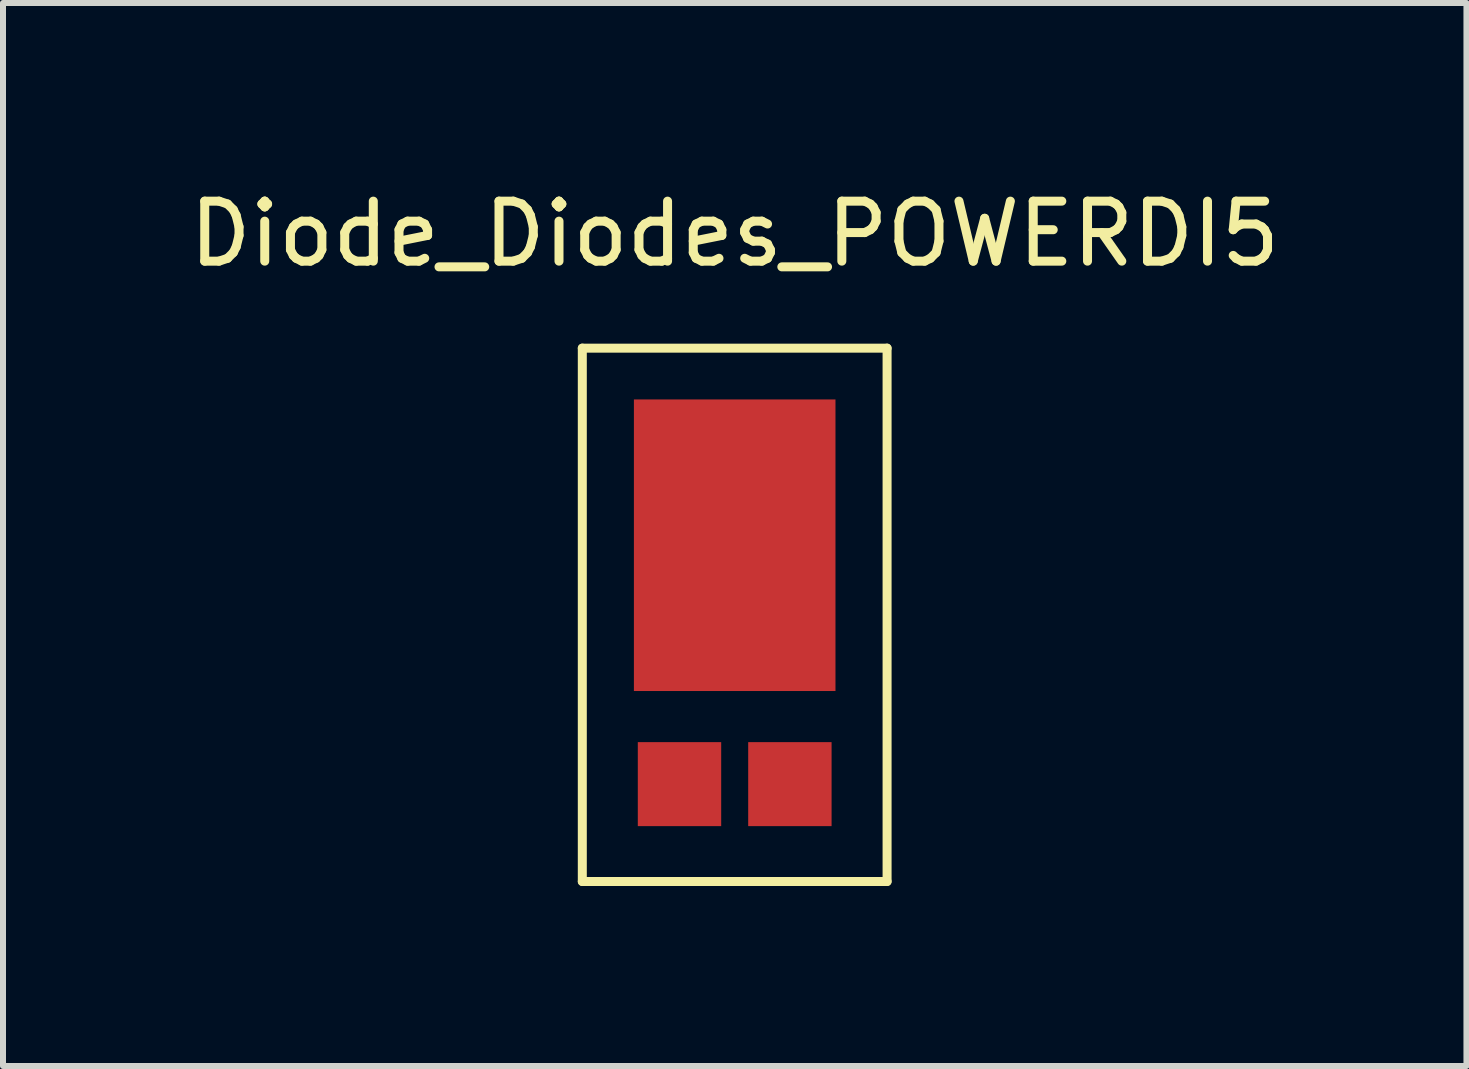
<source format=kicad_pcb>
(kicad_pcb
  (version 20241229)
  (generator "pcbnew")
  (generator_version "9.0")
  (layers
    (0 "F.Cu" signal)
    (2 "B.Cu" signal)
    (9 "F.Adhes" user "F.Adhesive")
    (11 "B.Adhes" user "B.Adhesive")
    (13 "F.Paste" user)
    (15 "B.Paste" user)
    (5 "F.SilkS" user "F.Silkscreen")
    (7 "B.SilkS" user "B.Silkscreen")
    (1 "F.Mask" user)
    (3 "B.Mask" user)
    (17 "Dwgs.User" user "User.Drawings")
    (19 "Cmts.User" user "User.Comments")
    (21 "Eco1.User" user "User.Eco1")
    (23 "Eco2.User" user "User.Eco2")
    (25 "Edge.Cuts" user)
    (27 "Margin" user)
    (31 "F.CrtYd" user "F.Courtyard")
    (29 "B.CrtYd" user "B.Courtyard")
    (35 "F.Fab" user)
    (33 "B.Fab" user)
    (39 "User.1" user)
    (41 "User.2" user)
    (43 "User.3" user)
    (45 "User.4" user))
  (footprint "Diode_Diodes_POWERDI5"
    (layer "F.Cu")
    (at 9.196 8.468)
    (property "Reference" "Diode_Diodes_POWERDI5" (at 0 -7.62 0) (layer "F.SilkS") (effects (font (size 1 1) (thickness 0.15))))
    (attr through_hole)
    (fp_line (start -2.54 -5.715) (end 2.54 -5.715) (stroke (width 0.15) (type solid)) (layer "F.SilkS"))
    (fp_line (start -2.54 3.175) (end -2.54 -5.715) (stroke (width 0.15) (type solid)) (layer "F.SilkS"))
    (fp_line (start 2.54 -5.715) (end 2.54 3.175) (stroke (width 0.15) (type solid)) (layer "F.SilkS"))
    (fp_line (start 2.54 3.175) (end -2.54 3.175) (stroke (width 0.15) (type solid)) (layer "F.SilkS"))
    (pad "1" smd rect (at -0.92 1.552) (size 1.39 1.4) (layers "F.Cu" "F.Mask" "F.Paste"))
    (pad "1" smd rect (at 0.92 1.552) (size 1.39 1.4) (layers "F.Cu" "F.Mask" "F.Paste"))
    (pad "2" smd rect (at 0 -2.43) (size 3.36 4.86) (layers "F.Cu" "F.Mask" "F.Paste")))
  (gr_rect
    (start -3 -3)
    (end 21.393 14.718)
    (stroke (width 0.1) (type default))
    (fill no)
    (layer "Edge.Cuts")))
</source>
